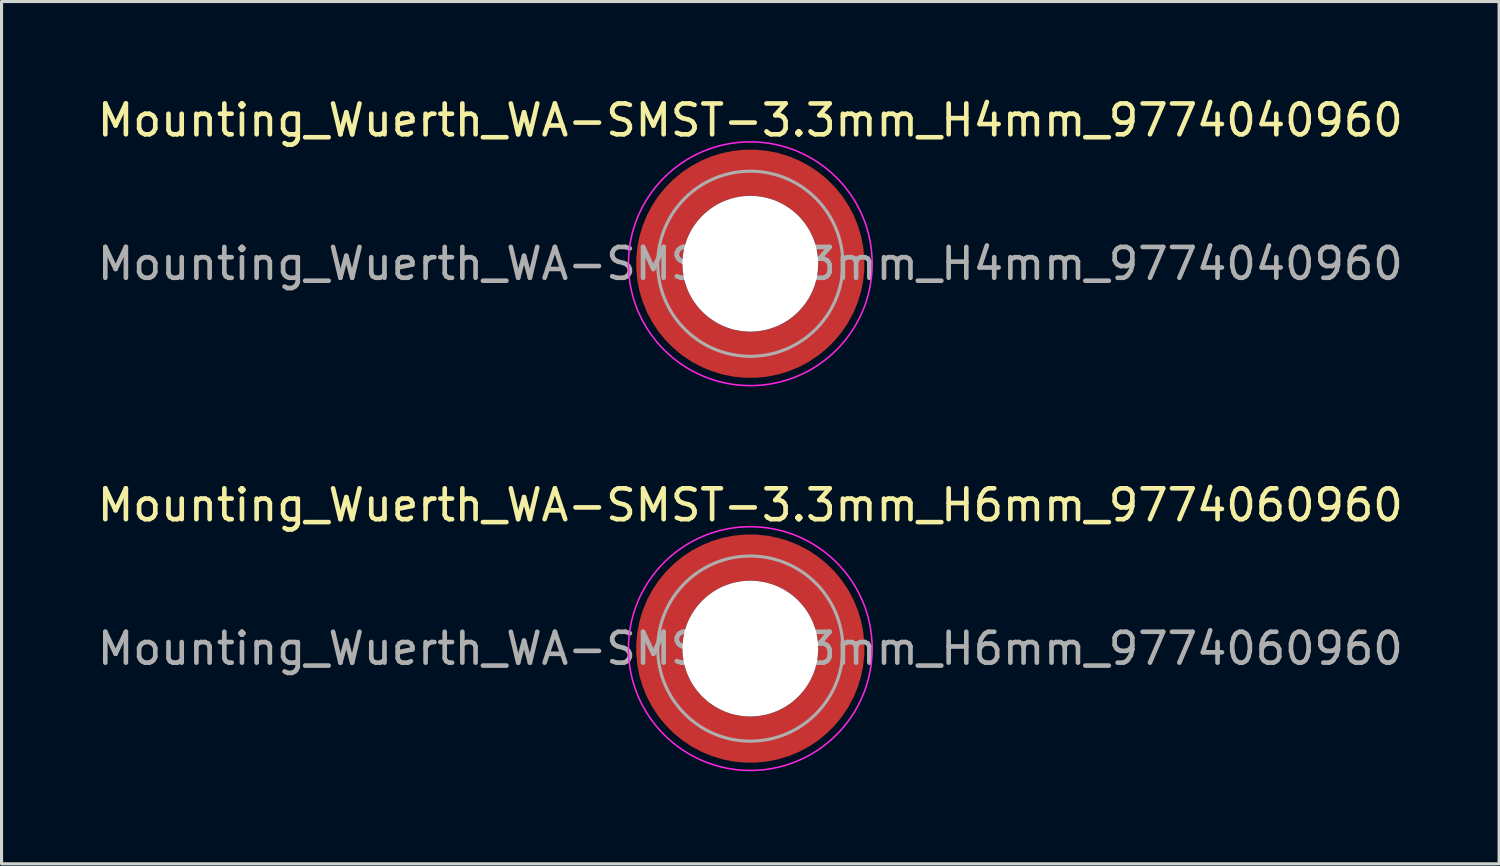
<source format=kicad_pcb>
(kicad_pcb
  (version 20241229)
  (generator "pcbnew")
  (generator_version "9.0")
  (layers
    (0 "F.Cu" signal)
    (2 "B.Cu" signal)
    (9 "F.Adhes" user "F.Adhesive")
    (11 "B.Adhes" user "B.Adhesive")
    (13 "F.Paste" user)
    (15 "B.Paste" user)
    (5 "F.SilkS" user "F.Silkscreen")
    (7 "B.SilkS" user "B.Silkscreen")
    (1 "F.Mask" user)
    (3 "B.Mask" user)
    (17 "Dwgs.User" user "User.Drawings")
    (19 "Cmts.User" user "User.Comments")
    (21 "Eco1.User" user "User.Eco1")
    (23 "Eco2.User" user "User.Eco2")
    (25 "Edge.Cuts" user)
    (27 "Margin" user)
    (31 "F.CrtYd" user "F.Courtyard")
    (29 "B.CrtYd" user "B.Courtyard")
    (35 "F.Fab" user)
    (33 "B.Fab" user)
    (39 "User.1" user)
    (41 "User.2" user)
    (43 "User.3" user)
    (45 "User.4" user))
  (footprint "Mounting_Wuerth_WA-SMST-3.3mm_H6mm_9774060960"
    (layer "F.Cu")
    (at 21.268 17.971)
    (property "Reference" "Mounting_Wuerth_WA-SMST-3.3mm_H6mm_9774060960" (at 0 -4.65 0) (layer "F.SilkS") (effects (font (size 1 1) (thickness 0.15))))
    (attr smd)
    (fp_circle (center 0 0) (end 3.95 0) (stroke (width 0.05) (type solid)) (fill no) (layer "F.CrtYd"))
    (fp_circle (center 0 0) (end 3 0) (stroke (width 0.1) (type solid)) (fill no) (layer "F.Fab"))
    (fp_text user "${REFERENCE}" (at 0 0 0) (layer "F.Fab") (effects (font (size 1 1) (thickness 0.15))))
    (pad "" smd custom (at -2.058 -2.058) (size 0.7 0.7) (layers "F.Paste") (options (anchor circle)) (primitives (gr_arc (start -0.377294 1.707681) (mid 0.317579 0.318817) (end 1.705947 -0.377044) (width 0.2)) (gr_arc (start -0.478281 1.707681) (mid 0.246161 0.248814) (end 1.703965 -0.477765) (width 0.2)) (gr_arc (start -0.579192 1.707681) (mid 0.175492 0.178063) (end 1.704077 -0.578711) (width 0.2)) (gr_arc (start -0.680037 1.707681) (mid 0.105568 0.106564) (end 1.706284 -0.679858) (width 0.2)) (gr_arc (start -0.780822 1.707681) (mid 0.034627 0.036085) (end 1.705634 -0.780569) (width 0.2)) (gr_arc (start -0.881554 1.707681) (mid -0.035694 -0.035016) (end 1.706729 -0.881441) (width 0.2)) (gr_arc (start -0.982237 1.707681) (mid -0.107281 -0.10485) (end 1.704266 -0.981842) (width 0.2)) (gr_arc (start -1.082877 1.707681) (mid -0.178372 -0.175181) (end 1.703197 -1.082374) (width 0.2)) (gr_arc (start -1.183476 1.707681) (mid -0.248964 -0.246008) (end 1.703525 -1.183025) (width 0.2)) (gr_arc (start -1.28404 1.707681) (mid -0.319062 -0.317333) (end 1.70525 -1.283784) (width 0.2)) (gr_line (start 1.708 -0.377) (end 1.708 -1.284) (width 0.2)) (gr_line (start -0.377 1.708) (end -1.284 1.708) (width 0.2))))
    (pad "" smd custom (at -2.058 2.058) (size 0.7 0.7) (layers "F.Paste") (options (anchor circle)) (primitives (gr_arc (start 1.707681 0.377294) (mid 0.318817 -0.317579) (end -0.377044 -1.705947) (width 0.2)) (gr_arc (start 1.707681 0.478281) (mid 0.248814 -0.246161) (end -0.477765 -1.703965) (width 0.2)) (gr_arc (start 1.707681 0.579192) (mid 0.178063 -0.175492) (end -0.578711 -1.704077) (width 0.2)) (gr_arc (start 1.707681 0.680037) (mid 0.106564 -0.105568) (end -0.679858 -1.706284) (width 0.2)) (gr_arc (start 1.707681 0.780822) (mid 0.036085 -0.034627) (end -0.780569 -1.705634) (width 0.2)) (gr_arc (start 1.707681 0.881554) (mid -0.035016 0.035694) (end -0.881441 -1.706729) (width 0.2)) (gr_arc (start 1.707681 0.982237) (mid -0.10485 0.107281) (end -0.981842 -1.704266) (width 0.2)) (gr_arc (start 1.707681 1.082877) (mid -0.175181 0.178372) (end -1.082374 -1.703197) (width 0.2)) (gr_arc (start 1.707681 1.183476) (mid -0.246008 0.248964) (end -1.183025 -1.703525) (width 0.2)) (gr_arc (start 1.707681 1.28404) (mid -0.317333 0.319062) (end -1.283784 -1.70525) (width 0.2)) (gr_line (start -0.377 -1.708) (end -1.284 -1.708) (width 0.2)) (gr_line (start 1.708 0.377) (end 1.708 1.284) (width 0.2))))
    (pad "" np_thru_hole circle (at 0 0) (size 4.4 4.4) (drill 4.4) (layers "*.Cu" "*.Mask"))
    (pad "" smd custom (at 2.058 -2.058) (size 0.7 0.7) (layers "F.Paste") (options (anchor circle)) (primitives (gr_arc (start -1.707681 -0.377294) (mid -0.318817 0.317579) (end 0.377044 1.705947) (width 0.2)) (gr_arc (start -1.707681 -0.478281) (mid -0.248814 0.246161) (end 0.477765 1.703965) (width 0.2)) (gr_arc (start -1.707681 -0.579192) (mid -0.178063 0.175492) (end 0.578711 1.704077) (width 0.2)) (gr_arc (start -1.707681 -0.680037) (mid -0.106564 0.105568) (end 0.679858 1.706284) (width 0.2)) (gr_arc (start -1.707681 -0.780822) (mid -0.036085 0.034627) (end 0.780569 1.705634) (width 0.2)) (gr_arc (start -1.707681 -0.881554) (mid 0.035016 -0.035694) (end 0.881441 1.706729) (width 0.2)) (gr_arc (start -1.707681 -0.982237) (mid 0.10485 -0.107281) (end 0.981842 1.704266) (width 0.2)) (gr_arc (start -1.707681 -1.082877) (mid 0.175181 -0.178372) (end 1.082374 1.703197) (width 0.2)) (gr_arc (start -1.707681 -1.183476) (mid 0.246008 -0.248964) (end 1.183025 1.703525) (width 0.2)) (gr_arc (start -1.707681 -1.28404) (mid 0.317333 -0.319062) (end 1.283784 1.70525) (width 0.2)) (gr_line (start 0.377 1.708) (end 1.284 1.708) (width 0.2)) (gr_line (start -1.708 -0.377) (end -1.708 -1.284) (width 0.2))))
    (pad "" smd custom (at 2.058 2.058) (size 0.7 0.7) (layers "F.Paste") (options (anchor circle)) (primitives (gr_arc (start 0.377294 -1.707681) (mid -0.317579 -0.318817) (end -1.705947 0.377044) (width 0.2)) (gr_arc (start 0.478281 -1.707681) (mid -0.246161 -0.248814) (end -1.703965 0.477765) (width 0.2)) (gr_arc (start 0.579192 -1.707681) (mid -0.175492 -0.178063) (end -1.704077 0.578711) (width 0.2)) (gr_arc (start 0.680037 -1.707681) (mid -0.105568 -0.106564) (end -1.706284 0.679858) (width 0.2)) (gr_arc (start 0.780822 -1.707681) (mid -0.034627 -0.036085) (end -1.705634 0.780569) (width 0.2)) (gr_arc (start 0.881554 -1.707681) (mid 0.035694 0.035016) (end -1.706729 0.881441) (width 0.2)) (gr_arc (start 0.982237 -1.707681) (mid 0.107281 0.10485) (end -1.704266 0.981842) (width 0.2)) (gr_arc (start 1.082877 -1.707681) (mid 0.178372 0.175181) (end -1.703197 1.082374) (width 0.2)) (gr_arc (start 1.183476 -1.707681) (mid 0.248964 0.246008) (end -1.703525 1.183025) (width 0.2)) (gr_arc (start 1.28404 -1.707681) (mid 0.319062 0.317333) (end -1.70525 1.283784) (width 0.2)) (gr_line (start -1.708 0.377) (end -1.708 1.284) (width 0.2)) (gr_line (start 0.377 -1.708) (end 1.284 -1.708) (width 0.2))))
    (pad "1" smd circle (at -2.95 0) (size 1.1 1.1) (layers "F.Cu"))
    (pad "1" smd circle (at 0 -2.95) (size 1.1 1.1) (layers "F.Cu"))
    (pad "1" smd circle (at 0 2.95) (size 1.1 1.1) (layers "F.Cu"))
    (pad "1" smd custom (at 2.95 0) (size 1.1 1.1) (layers "F.Cu" "F.Mask") (options (anchor circle)) (primitives (gr_circle (center -2.95 0) (end 0 0) (width 1.5) (fill no)))))
  (footprint "Mounting_Wuerth_WA-SMST-3.3mm_H4mm_9774040960"
    (layer "F.Cu")
    (at 21.268 5.498)
    (property "Reference" "Mounting_Wuerth_WA-SMST-3.3mm_H4mm_9774040960" (at 0 -4.65 0) (layer "F.SilkS") (effects (font (size 1 1) (thickness 0.15))))
    (attr smd)
    (fp_circle (center 0 0) (end 3.95 0) (stroke (width 0.05) (type solid)) (fill no) (layer "F.CrtYd"))
    (fp_circle (center 0 0) (end 3 0) (stroke (width 0.1) (type solid)) (fill no) (layer "F.Fab"))
    (fp_text user "${REFERENCE}" (at 0 0 0) (layer "F.Fab") (effects (font (size 1 1) (thickness 0.15))))
    (pad "" smd custom (at -2.058 -2.058) (size 0.7 0.7) (layers "F.Paste") (options (anchor circle)) (primitives (gr_arc (start -0.377294 1.707681) (mid 0.317579 0.318817) (end 1.705947 -0.377044) (width 0.2)) (gr_arc (start -0.478281 1.707681) (mid 0.246161 0.248814) (end 1.703965 -0.477765) (width 0.2)) (gr_arc (start -0.579192 1.707681) (mid 0.175492 0.178063) (end 1.704077 -0.578711) (width 0.2)) (gr_arc (start -0.680037 1.707681) (mid 0.105568 0.106564) (end 1.706284 -0.679858) (width 0.2)) (gr_arc (start -0.780822 1.707681) (mid 0.034627 0.036085) (end 1.705634 -0.780569) (width 0.2)) (gr_arc (start -0.881554 1.707681) (mid -0.035694 -0.035016) (end 1.706729 -0.881441) (width 0.2)) (gr_arc (start -0.982237 1.707681) (mid -0.107281 -0.10485) (end 1.704266 -0.981842) (width 0.2)) (gr_arc (start -1.082877 1.707681) (mid -0.178372 -0.175181) (end 1.703197 -1.082374) (width 0.2)) (gr_arc (start -1.183476 1.707681) (mid -0.248964 -0.246008) (end 1.703525 -1.183025) (width 0.2)) (gr_arc (start -1.28404 1.707681) (mid -0.319062 -0.317333) (end 1.70525 -1.283784) (width 0.2)) (gr_line (start 1.708 -0.377) (end 1.708 -1.284) (width 0.2)) (gr_line (start -0.377 1.708) (end -1.284 1.708) (width 0.2))))
    (pad "" smd custom (at -2.058 2.058) (size 0.7 0.7) (layers "F.Paste") (options (anchor circle)) (primitives (gr_arc (start 1.707681 0.377294) (mid 0.318817 -0.317579) (end -0.377044 -1.705947) (width 0.2)) (gr_arc (start 1.707681 0.478281) (mid 0.248814 -0.246161) (end -0.477765 -1.703965) (width 0.2)) (gr_arc (start 1.707681 0.579192) (mid 0.178063 -0.175492) (end -0.578711 -1.704077) (width 0.2)) (gr_arc (start 1.707681 0.680037) (mid 0.106564 -0.105568) (end -0.679858 -1.706284) (width 0.2)) (gr_arc (start 1.707681 0.780822) (mid 0.036085 -0.034627) (end -0.780569 -1.705634) (width 0.2)) (gr_arc (start 1.707681 0.881554) (mid -0.035016 0.035694) (end -0.881441 -1.706729) (width 0.2)) (gr_arc (start 1.707681 0.982237) (mid -0.10485 0.107281) (end -0.981842 -1.704266) (width 0.2)) (gr_arc (start 1.707681 1.082877) (mid -0.175181 0.178372) (end -1.082374 -1.703197) (width 0.2)) (gr_arc (start 1.707681 1.183476) (mid -0.246008 0.248964) (end -1.183025 -1.703525) (width 0.2)) (gr_arc (start 1.707681 1.28404) (mid -0.317333 0.319062) (end -1.283784 -1.70525) (width 0.2)) (gr_line (start -0.377 -1.708) (end -1.284 -1.708) (width 0.2)) (gr_line (start 1.708 0.377) (end 1.708 1.284) (width 0.2))))
    (pad "" np_thru_hole circle (at 0 0) (size 4.4 4.4) (drill 4.4) (layers "*.Cu" "*.Mask"))
    (pad "" smd custom (at 2.058 -2.058) (size 0.7 0.7) (layers "F.Paste") (options (anchor circle)) (primitives (gr_arc (start -1.707681 -0.377294) (mid -0.318817 0.317579) (end 0.377044 1.705947) (width 0.2)) (gr_arc (start -1.707681 -0.478281) (mid -0.248814 0.246161) (end 0.477765 1.703965) (width 0.2)) (gr_arc (start -1.707681 -0.579192) (mid -0.178063 0.175492) (end 0.578711 1.704077) (width 0.2)) (gr_arc (start -1.707681 -0.680037) (mid -0.106564 0.105568) (end 0.679858 1.706284) (width 0.2)) (gr_arc (start -1.707681 -0.780822) (mid -0.036085 0.034627) (end 0.780569 1.705634) (width 0.2)) (gr_arc (start -1.707681 -0.881554) (mid 0.035016 -0.035694) (end 0.881441 1.706729) (width 0.2)) (gr_arc (start -1.707681 -0.982237) (mid 0.10485 -0.107281) (end 0.981842 1.704266) (width 0.2)) (gr_arc (start -1.707681 -1.082877) (mid 0.175181 -0.178372) (end 1.082374 1.703197) (width 0.2)) (gr_arc (start -1.707681 -1.183476) (mid 0.246008 -0.248964) (end 1.183025 1.703525) (width 0.2)) (gr_arc (start -1.707681 -1.28404) (mid 0.317333 -0.319062) (end 1.283784 1.70525) (width 0.2)) (gr_line (start 0.377 1.708) (end 1.284 1.708) (width 0.2)) (gr_line (start -1.708 -0.377) (end -1.708 -1.284) (width 0.2))))
    (pad "" smd custom (at 2.058 2.058) (size 0.7 0.7) (layers "F.Paste") (options (anchor circle)) (primitives (gr_arc (start 0.377294 -1.707681) (mid -0.317579 -0.318817) (end -1.705947 0.377044) (width 0.2)) (gr_arc (start 0.478281 -1.707681) (mid -0.246161 -0.248814) (end -1.703965 0.477765) (width 0.2)) (gr_arc (start 0.579192 -1.707681) (mid -0.175492 -0.178063) (end -1.704077 0.578711) (width 0.2)) (gr_arc (start 0.680037 -1.707681) (mid -0.105568 -0.106564) (end -1.706284 0.679858) (width 0.2)) (gr_arc (start 0.780822 -1.707681) (mid -0.034627 -0.036085) (end -1.705634 0.780569) (width 0.2)) (gr_arc (start 0.881554 -1.707681) (mid 0.035694 0.035016) (end -1.706729 0.881441) (width 0.2)) (gr_arc (start 0.982237 -1.707681) (mid 0.107281 0.10485) (end -1.704266 0.981842) (width 0.2)) (gr_arc (start 1.082877 -1.707681) (mid 0.178372 0.175181) (end -1.703197 1.082374) (width 0.2)) (gr_arc (start 1.183476 -1.707681) (mid 0.248964 0.246008) (end -1.703525 1.183025) (width 0.2)) (gr_arc (start 1.28404 -1.707681) (mid 0.319062 0.317333) (end -1.70525 1.283784) (width 0.2)) (gr_line (start -1.708 0.377) (end -1.708 1.284) (width 0.2)) (gr_line (start 0.377 -1.708) (end 1.284 -1.708) (width 0.2))))
    (pad "1" smd circle (at -2.95 0) (size 1.1 1.1) (layers "F.Cu"))
    (pad "1" smd circle (at 0 -2.95) (size 1.1 1.1) (layers "F.Cu"))
    (pad "1" smd circle (at 0 2.95) (size 1.1 1.1) (layers "F.Cu"))
    (pad "1" smd custom (at 2.95 0) (size 1.1 1.1) (layers "F.Cu" "F.Mask") (options (anchor circle)) (primitives (gr_circle (center -2.95 0) (end 0 0) (width 1.5) (fill no)))))
  (gr_rect
    (start -3 -3)
    (end 45.536 24.947)
    (stroke (width 0.1) (type default))
    (fill no)
    (layer "Edge.Cuts")))
</source>
